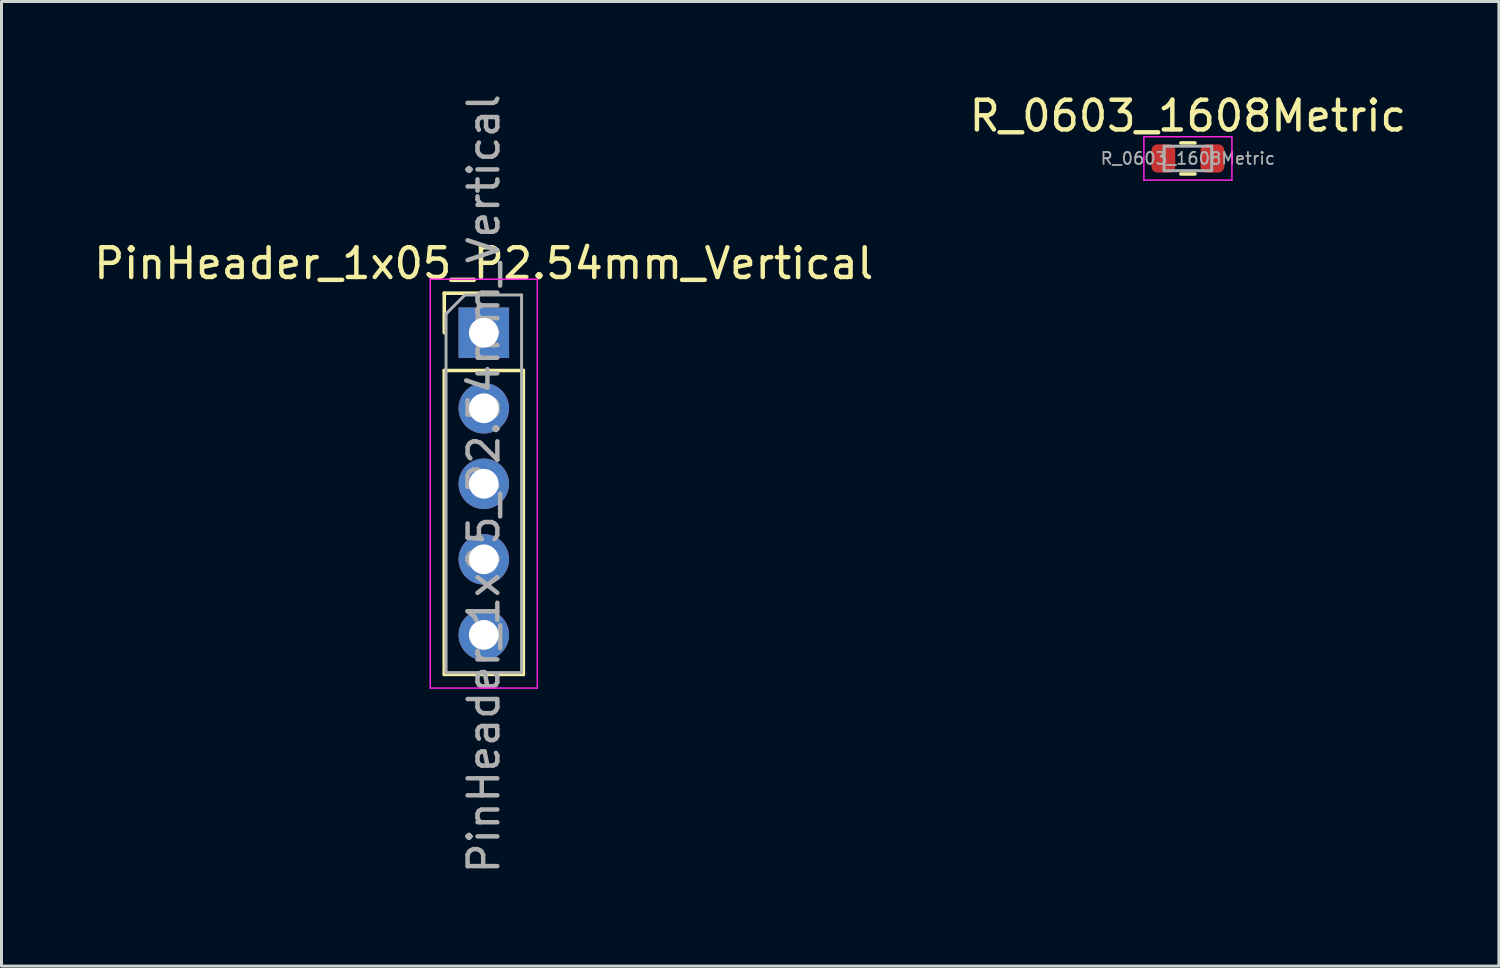
<source format=kicad_pcb>
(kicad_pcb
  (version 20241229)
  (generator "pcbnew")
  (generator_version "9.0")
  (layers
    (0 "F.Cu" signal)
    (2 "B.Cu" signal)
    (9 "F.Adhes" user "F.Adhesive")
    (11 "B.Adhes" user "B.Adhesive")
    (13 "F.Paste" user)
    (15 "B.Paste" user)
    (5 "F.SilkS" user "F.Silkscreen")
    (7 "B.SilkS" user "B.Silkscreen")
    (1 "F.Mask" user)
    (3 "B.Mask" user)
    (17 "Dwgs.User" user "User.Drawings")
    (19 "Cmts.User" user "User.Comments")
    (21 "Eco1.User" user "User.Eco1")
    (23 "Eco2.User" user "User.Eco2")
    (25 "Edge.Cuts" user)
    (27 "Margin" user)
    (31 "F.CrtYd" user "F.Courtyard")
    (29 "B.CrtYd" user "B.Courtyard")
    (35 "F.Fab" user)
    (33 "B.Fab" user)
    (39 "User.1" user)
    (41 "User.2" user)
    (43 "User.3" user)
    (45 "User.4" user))
  (footprint "R_0603_1608Metric"
    (layer "F.Cu")
    (at 36.899 2.278)
    (property "Reference" "R_0603_1608Metric" (at 0 -1.43 0) (layer "F.SilkS") (effects (font (size 1 1) (thickness 0.15))))
    (attr smd exclude_from_bom)
    (fp_line (start -0.237 -0.522) (end 0.237 -0.522) (stroke (width 0.12) (type solid)) (layer "F.SilkS"))
    (fp_line (start -0.237 0.522) (end 0.237 0.522) (stroke (width 0.12) (type solid)) (layer "F.SilkS"))
    (fp_line (start -1.48 -0.73) (end 1.48 -0.73) (stroke (width 0.05) (type solid)) (layer "F.CrtYd"))
    (fp_line (start -1.48 0.73) (end -1.48 -0.73) (stroke (width 0.05) (type solid)) (layer "F.CrtYd"))
    (fp_line (start 1.48 -0.73) (end 1.48 0.73) (stroke (width 0.05) (type solid)) (layer "F.CrtYd"))
    (fp_line (start 1.48 0.73) (end -1.48 0.73) (stroke (width 0.05) (type solid)) (layer "F.CrtYd"))
    (fp_line (start -0.8 -0.412) (end 0.8 -0.412) (stroke (width 0.1) (type solid)) (layer "F.Fab"))
    (fp_line (start -0.8 0.412) (end -0.8 -0.412) (stroke (width 0.1) (type solid)) (layer "F.Fab"))
    (fp_line (start 0.8 -0.412) (end 0.8 0.412) (stroke (width 0.1) (type solid)) (layer "F.Fab"))
    (fp_line (start 0.8 0.412) (end -0.8 0.412) (stroke (width 0.1) (type solid)) (layer "F.Fab"))
    (fp_text user "${REFERENCE}" (at 0 0 0) (layer "F.Fab") (effects (font (size 0.4 0.4) (thickness 0.06))))
    (pad "1" smd roundrect (at -0.825 0 180) (size 0.8 0.95) (layers "F.Cu" "F.Mask" "F.Paste") (roundrect_rratio 0.25))
    (pad "2" smd roundrect (at 0.825 0 180) (size 0.8 0.95) (layers "F.Cu" "F.Mask" "F.Paste") (roundrect_rratio 0.25)))
  (footprint "PinHeader_1x05_P2.54mm_Vertical"
    (layer "F.Cu")
    (at 13.22 8.14)
    (property "Reference" "PinHeader_1x05_P2.54mm_Vertical" (at 0 -2.33 180) (layer "F.SilkS") (effects (font (size 1 1) (thickness 0.15))))
    (attr through_hole exclude_from_bom)
    (fp_line (start -1.33 -1.33) (end 0 -1.33) (stroke (width 0.12) (type solid)) (layer "F.SilkS"))
    (fp_line (start -1.33 0) (end -1.33 -1.33) (stroke (width 0.12) (type solid)) (layer "F.SilkS"))
    (fp_line (start -1.33 1.27) (end -1.33 11.49) (stroke (width 0.12) (type solid)) (layer "F.SilkS"))
    (fp_line (start -1.33 1.27) (end 1.33 1.27) (stroke (width 0.12) (type solid)) (layer "F.SilkS"))
    (fp_line (start -1.33 11.49) (end 1.33 11.49) (stroke (width 0.12) (type solid)) (layer "F.SilkS"))
    (fp_line (start 1.33 1.27) (end 1.33 11.49) (stroke (width 0.12) (type solid)) (layer "F.SilkS"))
    (fp_line (start -1.8 -1.8) (end -1.8 11.95) (stroke (width 0.05) (type solid)) (layer "F.CrtYd"))
    (fp_line (start -1.8 11.95) (end 1.8 11.95) (stroke (width 0.05) (type solid)) (layer "F.CrtYd"))
    (fp_line (start 1.8 -1.8) (end -1.8 -1.8) (stroke (width 0.05) (type solid)) (layer "F.CrtYd"))
    (fp_line (start 1.8 11.95) (end 1.8 -1.8) (stroke (width 0.05) (type solid)) (layer "F.CrtYd"))
    (fp_line (start -1.27 -0.635) (end -0.635 -1.27) (stroke (width 0.1) (type solid)) (layer "F.Fab"))
    (fp_line (start -1.27 11.43) (end -1.27 -0.635) (stroke (width 0.1) (type solid)) (layer "F.Fab"))
    (fp_line (start -0.635 -1.27) (end 1.27 -1.27) (stroke (width 0.1) (type solid)) (layer "F.Fab"))
    (fp_line (start 1.27 -1.27) (end 1.27 11.43) (stroke (width 0.1) (type solid)) (layer "F.Fab"))
    (fp_line (start 1.27 11.43) (end -1.27 11.43) (stroke (width 0.1) (type solid)) (layer "F.Fab"))
    (fp_text user "${REFERENCE}" (at 0 5.08 90) (layer "F.Fab") (effects (font (size 1 1) (thickness 0.15))))
    (pad "1" thru_hole rect (at 0 0) (size 1.7 1.7) (drill 1) (layers "*.Cu" "*.Mask"))
    (pad "2" thru_hole oval (at 0 2.54) (size 1.7 1.7) (drill 1) (layers "*.Cu" "*.Mask"))
    (pad "3" thru_hole oval (at 0 5.08) (size 1.7 1.7) (drill 1) (layers "*.Cu" "*.Mask"))
    (pad "4" thru_hole oval (at 0 7.62) (size 1.7 1.7) (drill 1) (layers "*.Cu" "*.Mask"))
    (pad "5" thru_hole oval (at 0 10.16) (size 1.7 1.7) (drill 1) (layers "*.Cu" "*.Mask")))
  (gr_rect
    (start -3 -3)
    (end 47.357 29.44)
    (stroke (width 0.1) (type default))
    (fill no)
    (layer "Edge.Cuts")))
</source>
